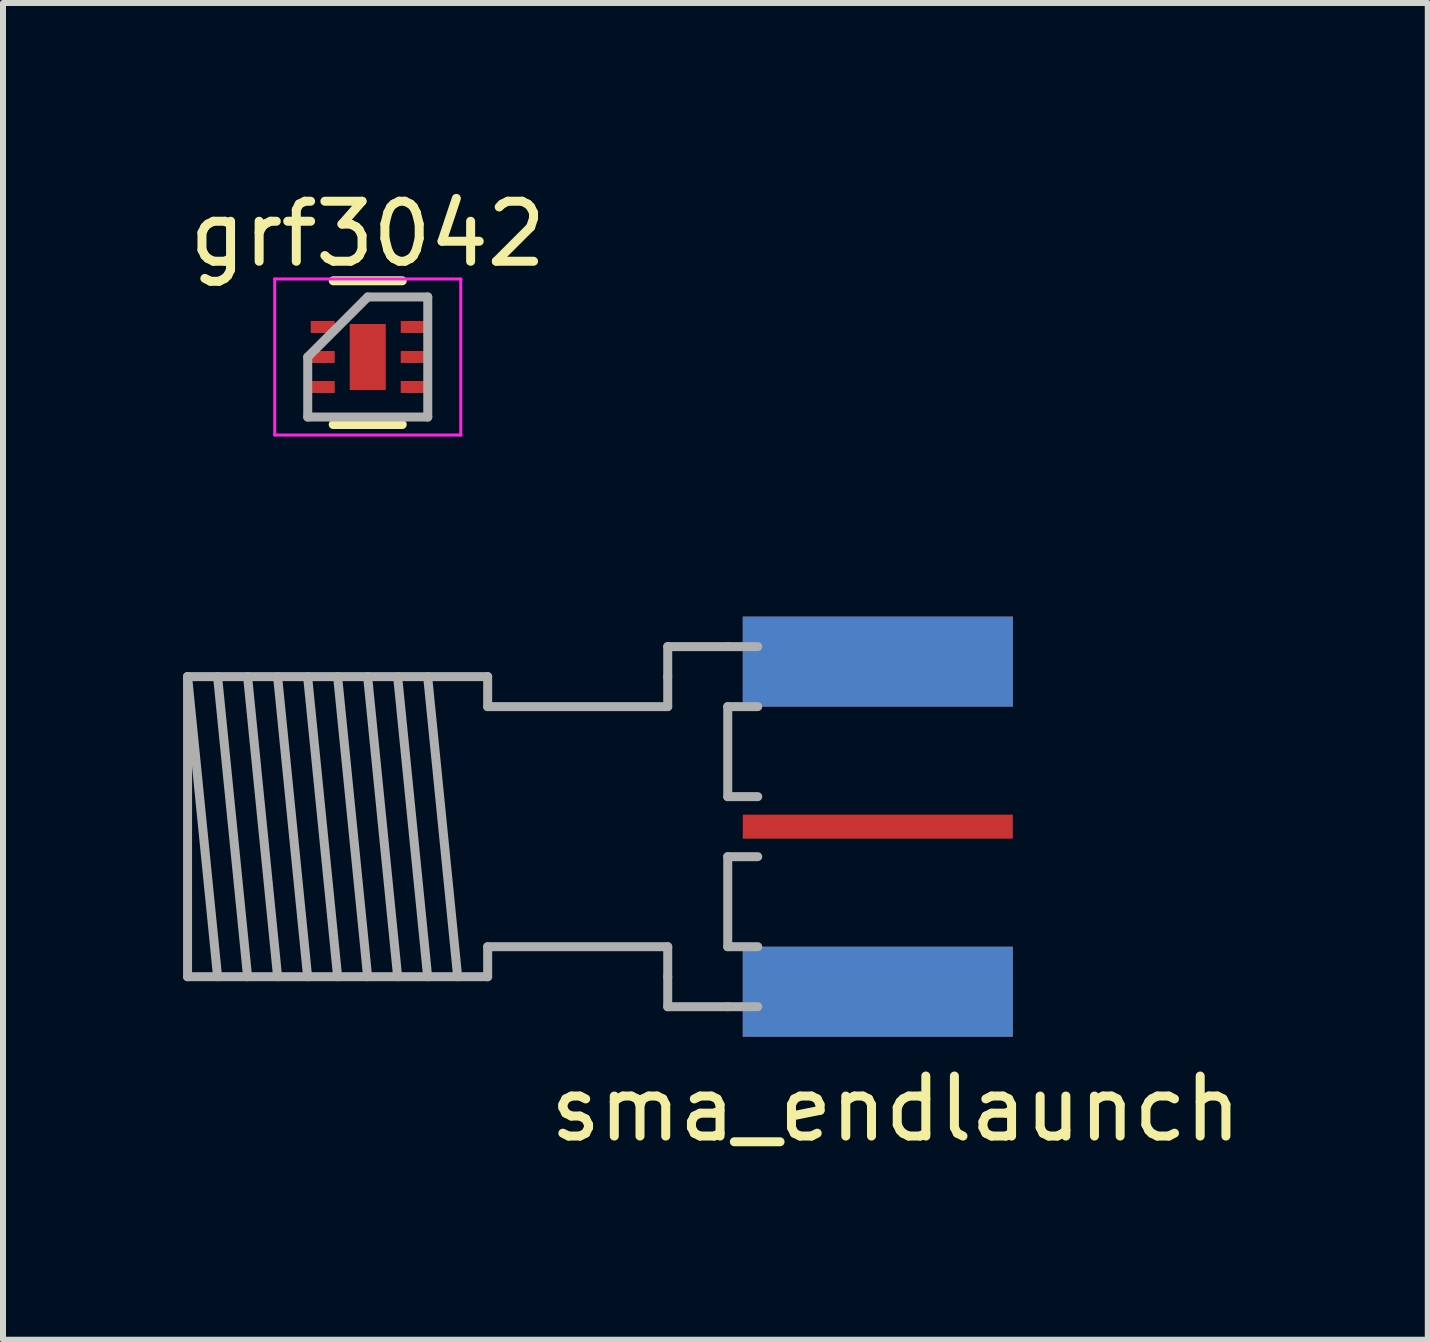
<source format=kicad_pcb>
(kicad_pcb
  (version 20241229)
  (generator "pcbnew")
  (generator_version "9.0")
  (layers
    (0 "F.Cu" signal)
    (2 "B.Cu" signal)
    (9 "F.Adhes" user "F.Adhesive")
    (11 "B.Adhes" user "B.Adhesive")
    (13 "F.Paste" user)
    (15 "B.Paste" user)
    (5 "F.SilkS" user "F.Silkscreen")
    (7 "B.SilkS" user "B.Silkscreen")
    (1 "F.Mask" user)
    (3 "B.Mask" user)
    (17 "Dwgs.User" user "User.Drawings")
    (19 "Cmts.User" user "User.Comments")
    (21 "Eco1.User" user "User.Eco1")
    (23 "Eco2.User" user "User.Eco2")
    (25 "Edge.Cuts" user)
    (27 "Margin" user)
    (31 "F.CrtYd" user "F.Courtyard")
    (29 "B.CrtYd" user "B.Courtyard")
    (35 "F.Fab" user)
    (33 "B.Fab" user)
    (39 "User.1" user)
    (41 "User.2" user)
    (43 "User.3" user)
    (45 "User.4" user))
  (footprint "sma_endlaunch"
    (layer "F.Cu")
    (at 9.575 10.723)
    (property "Reference" "sma_endlaunch" (at 2.3 4.7 0) (layer "F.SilkS") (effects (font (size 1 1) (thickness 0.15))))
    (attr through_hole)
    (fp_line (start -9.5 -2.5) (end -9 2.5) (stroke (width 0.15) (type solid)) (layer "F.Fab"))
    (fp_line (start -9.5 -2.5) (end -4.5 -2.5) (stroke (width 0.15) (type solid)) (layer "F.Fab"))
    (fp_line (start -9.5 2.5) (end -9.5 -2.5) (stroke (width 0.15) (type solid)) (layer "F.Fab"))
    (fp_line (start -9 -2.5) (end -8.5 2.5) (stroke (width 0.15) (type solid)) (layer "F.Fab"))
    (fp_line (start -8.5 -2.5) (end -8 2.5) (stroke (width 0.15) (type solid)) (layer "F.Fab"))
    (fp_line (start -8 -2.5) (end -7.5 2.5) (stroke (width 0.15) (type solid)) (layer "F.Fab"))
    (fp_line (start -7.5 -2.5) (end -7 2.5) (stroke (width 0.15) (type solid)) (layer "F.Fab"))
    (fp_line (start -7 -2.5) (end -6.5 2.5) (stroke (width 0.15) (type solid)) (layer "F.Fab"))
    (fp_line (start -6.5 -2.5) (end -6 2.5) (stroke (width 0.15) (type solid)) (layer "F.Fab"))
    (fp_line (start -6 -2.5) (end -5.5 2.5) (stroke (width 0.15) (type solid)) (layer "F.Fab"))
    (fp_line (start -5.5 -2.5) (end -5 2.5) (stroke (width 0.15) (type solid)) (layer "F.Fab"))
    (fp_line (start -4.5 -2.5) (end -4.5 -2) (stroke (width 0.15) (type solid)) (layer "F.Fab"))
    (fp_line (start -4.5 -2) (end -1.5 -2) (stroke (width 0.15) (type solid)) (layer "F.Fab"))
    (fp_line (start -4.5 2) (end -4.5 2.5) (stroke (width 0.15) (type solid)) (layer "F.Fab"))
    (fp_line (start -4.5 2.5) (end -9.5 2.5) (stroke (width 0.15) (type solid)) (layer "F.Fab"))
    (fp_line (start -1.5 -3) (end -0.5 -3) (stroke (width 0.15) (type solid)) (layer "F.Fab"))
    (fp_line (start -1.5 -2.5) (end -1.5 -3) (stroke (width 0.15) (type solid)) (layer "F.Fab"))
    (fp_line (start -1.5 -2) (end -1.5 -2.5) (stroke (width 0.15) (type solid)) (layer "F.Fab"))
    (fp_line (start -1.5 2) (end -4.5 2) (stroke (width 0.15) (type solid)) (layer "F.Fab"))
    (fp_line (start -1.5 2.5) (end -1.5 2) (stroke (width 0.15) (type solid)) (layer "F.Fab"))
    (fp_line (start -1.5 3) (end -1.5 2.5) (stroke (width 0.15) (type solid)) (layer "F.Fab"))
    (fp_line (start -0.5 -3) (end 0 -3) (stroke (width 0.15) (type solid)) (layer "F.Fab"))
    (fp_line (start -0.5 -2) (end -0.5 -0.5) (stroke (width 0.15) (type solid)) (layer "F.Fab"))
    (fp_line (start -0.5 -2) (end 0 -2) (stroke (width 0.15) (type solid)) (layer "F.Fab"))
    (fp_line (start -0.5 -0.5) (end 0 -0.5) (stroke (width 0.15) (type solid)) (layer "F.Fab"))
    (fp_line (start -0.5 0.5) (end -0.5 2) (stroke (width 0.15) (type solid)) (layer "F.Fab"))
    (fp_line (start -0.5 2) (end 0 2) (stroke (width 0.15) (type solid)) (layer "F.Fab"))
    (fp_line (start -0.5 3) (end -1.5 3) (stroke (width 0.15) (type solid)) (layer "F.Fab"))
    (fp_line (start -0.5 3) (end 0 3) (stroke (width 0.15) (type solid)) (layer "F.Fab"))
    (fp_line (start 0 0.5) (end -0.5 0.5) (stroke (width 0.15) (type solid)) (layer "F.Fab"))
    (pad "1" smd rect (at 2 0) (size 4.5 0.4) (layers "F.Cu" "F.Mask" "F.Paste"))
    (pad "2" smd rect (at 2 -2.75) (size 4.5 1.5) (layers "F.Cu" "F.Mask" "F.Paste"))
    (pad "2" smd rect (at 2 -2.75) (size 4.5 1.5) (layers "F.Mask" "B.Cu" "F.Paste"))
    (pad "2" smd rect (at 2 2.75) (size 4.5 1.5) (layers "F.Cu" "F.Mask" "F.Paste"))
    (pad "2" smd rect (at 2 2.75) (size 4.5 1.5) (layers "F.Mask" "B.Cu" "F.Paste")))
  (footprint "grf3042"
    (layer "F.Cu")
    (at 3.077 2.898)
    (property "Reference" "grf3042" (at 0 -2.05 0) (layer "F.SilkS") (effects (font (size 1 1) (thickness 0.15))))
    (attr smd)
    (fp_line (start -0.575 -1.27) (end 0.575 -1.27) (stroke (width 0.15) (type solid)) (layer "F.SilkS"))
    (fp_line (start -0.575 1.125) (end 0.575 1.125) (stroke (width 0.15) (type solid)) (layer "F.SilkS"))
    (fp_line (start -1.55 -1.3) (end -1.55 1.3) (stroke (width 0.05) (type solid)) (layer "F.CrtYd"))
    (fp_line (start -1.55 -1.3) (end 1.55 -1.3) (stroke (width 0.05) (type solid)) (layer "F.CrtYd"))
    (fp_line (start -1.55 1.3) (end 1.55 1.3) (stroke (width 0.05) (type solid)) (layer "F.CrtYd"))
    (fp_line (start 1.55 -1.3) (end 1.55 1.3) (stroke (width 0.05) (type solid)) (layer "F.CrtYd"))
    (fp_line (start -1 0) (end 0 -1) (stroke (width 0.15) (type solid)) (layer "F.Fab"))
    (fp_line (start -1 1) (end -1 0) (stroke (width 0.15) (type solid)) (layer "F.Fab"))
    (fp_line (start 0 -1) (end 1 -1) (stroke (width 0.15) (type solid)) (layer "F.Fab"))
    (fp_line (start 1 -1) (end 1 1) (stroke (width 0.15) (type solid)) (layer "F.Fab"))
    (fp_line (start 1 1) (end -1 1) (stroke (width 0.15) (type solid)) (layer "F.Fab"))
    (pad "1" smd rect (at -0.75 -0.5) (size 0.4 0.2) (layers "F.Cu" "F.Mask" "F.Paste"))
    (pad "2" smd rect (at -0.75 0) (size 0.4 0.2) (layers "F.Cu" "F.Mask" "F.Paste"))
    (pad "3" smd rect (at -0.75 0.5) (size 0.4 0.2) (layers "F.Cu" "F.Mask" "F.Paste"))
    (pad "4" smd rect (at 0.75 0.5) (size 0.4 0.2) (layers "F.Cu" "F.Mask" "F.Paste"))
    (pad "5" smd rect (at 0.75 0) (size 0.4 0.2) (layers "F.Cu" "F.Mask" "F.Paste"))
    (pad "6" smd rect (at 0.75 -0.5) (size 0.4 0.2) (layers "F.Cu" "F.Mask" "F.Paste"))
    (pad "7" smd rect (at 0 0) (size 0.6 1.1) (layers "F.Cu" "F.Mask" "F.Paste")))
  (gr_rect
    (start -3 -3)
    (end 20.738 19.271)
    (stroke (width 0.1) (type default))
    (fill no)
    (layer "Edge.Cuts")))
</source>
